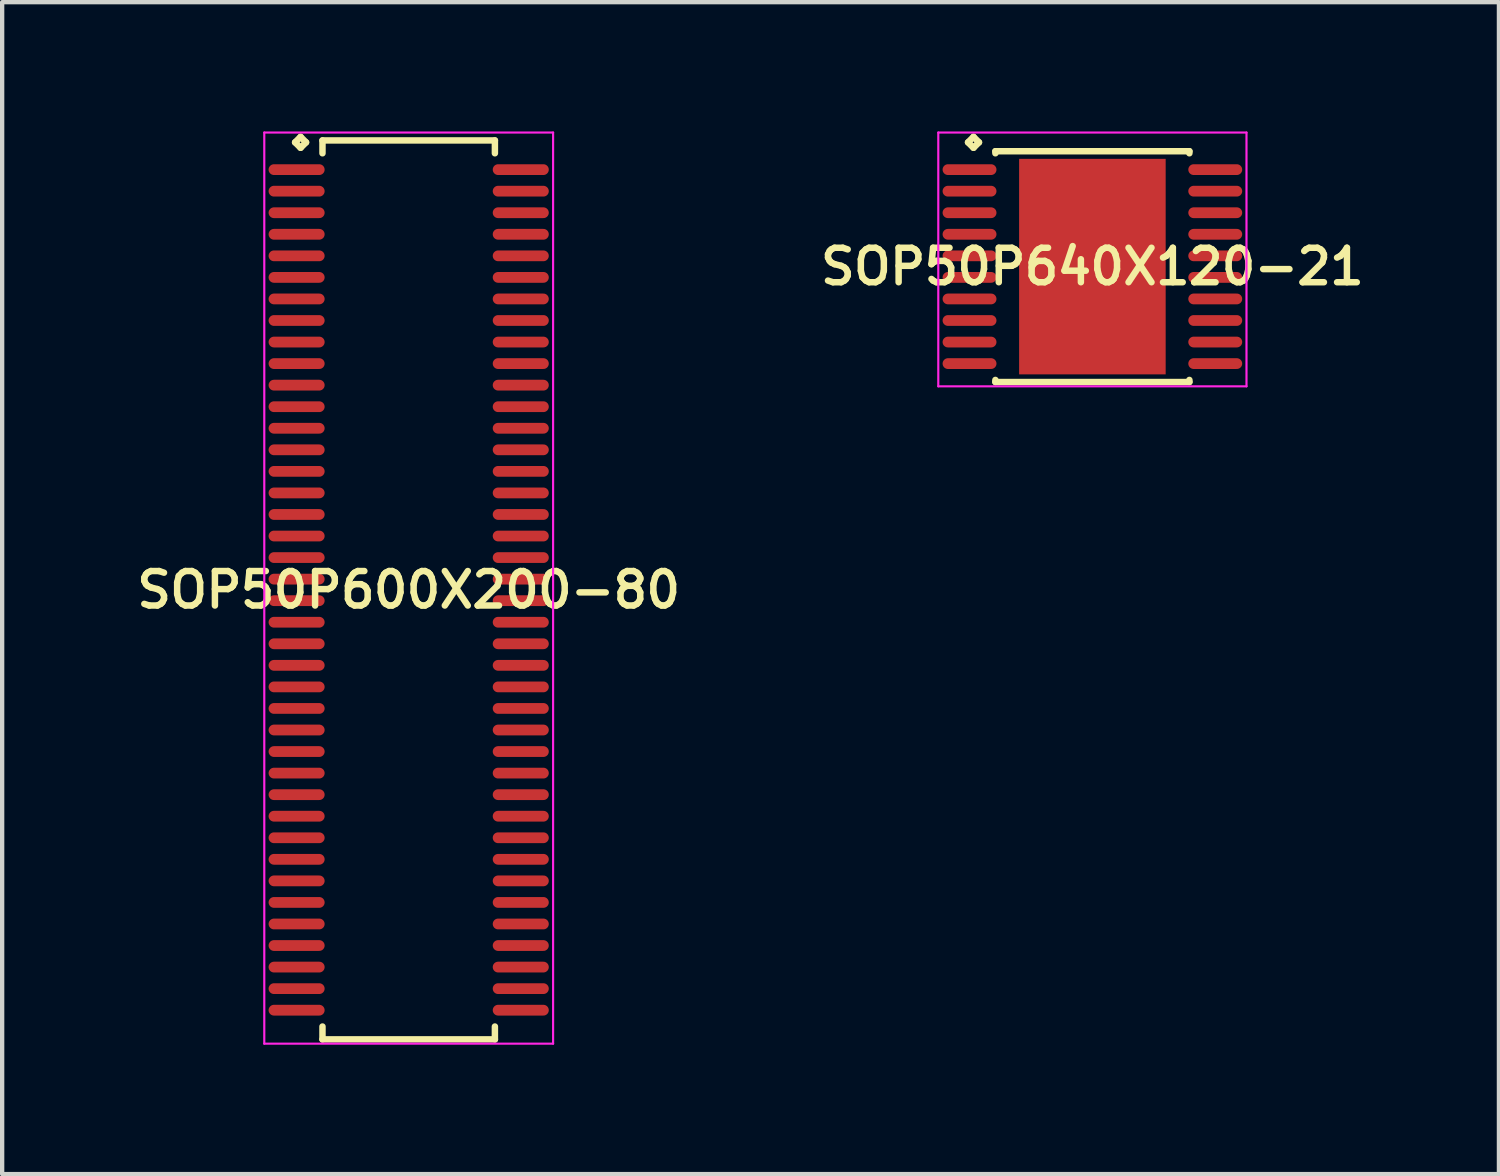
<source format=kicad_pcb>
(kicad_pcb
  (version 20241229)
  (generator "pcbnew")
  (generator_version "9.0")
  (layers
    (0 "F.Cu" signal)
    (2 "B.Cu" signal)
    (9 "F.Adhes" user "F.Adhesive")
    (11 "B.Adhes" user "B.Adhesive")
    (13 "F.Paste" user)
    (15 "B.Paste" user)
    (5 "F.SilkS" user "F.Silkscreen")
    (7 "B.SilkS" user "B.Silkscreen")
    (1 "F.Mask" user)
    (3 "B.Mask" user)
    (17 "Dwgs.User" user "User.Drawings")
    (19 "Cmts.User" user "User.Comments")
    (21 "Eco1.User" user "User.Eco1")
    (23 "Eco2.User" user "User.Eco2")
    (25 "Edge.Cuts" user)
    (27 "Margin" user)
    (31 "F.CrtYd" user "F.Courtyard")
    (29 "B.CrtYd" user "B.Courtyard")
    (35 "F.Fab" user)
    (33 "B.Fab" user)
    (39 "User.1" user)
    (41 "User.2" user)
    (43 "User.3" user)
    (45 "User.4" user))
  (footprint "SOP50P600X200-80"
    (layer "F.Cu")
    (at 6.431 10.635)
    (property "Reference" "SOP50P600X200-80" (at 0 0 0) (layer "F.SilkS") (effects (font (size 0.8 0.8) (thickness 0.15))))
    (attr smd)
    (fp_line (start -2.635 -10.383) (end -2.508 -10.51) (stroke (width 0.15) (type solid)) (layer "F.SilkS"))
    (fp_line (start -2.508 -10.51) (end -2.381 -10.383) (stroke (width 0.15) (type solid)) (layer "F.SilkS"))
    (fp_line (start -2.508 -10.256) (end -2.635 -10.383) (stroke (width 0.15) (type solid)) (layer "F.SilkS"))
    (fp_line (start -2.381 -10.383) (end -2.508 -10.256) (stroke (width 0.15) (type solid)) (layer "F.SilkS"))
    (fp_line (start -2 -10.427) (end 2 -10.427) (stroke (width 0.15) (type solid)) (layer "F.SilkS"))
    (fp_line (start -2 -10.129) (end -2 -10.427) (stroke (width 0.15) (type solid)) (layer "F.SilkS"))
    (fp_line (start -2 10.129) (end -2 10.427) (stroke (width 0.15) (type solid)) (layer "F.SilkS"))
    (fp_line (start -2 10.427) (end 2 10.427) (stroke (width 0.15) (type solid)) (layer "F.SilkS"))
    (fp_line (start 2 -10.427) (end 2 -10.129) (stroke (width 0.15) (type solid)) (layer "F.SilkS"))
    (fp_line (start 2 10.427) (end 2 10.129) (stroke (width 0.15) (type solid)) (layer "F.SilkS"))
    (fp_line (start -3.35 -10.61) (end 3.35 -10.61) (stroke (width 0.05) (type solid)) (layer "F.CrtYd"))
    (fp_line (start -3.35 10.527) (end -3.35 -10.61) (stroke (width 0.05) (type solid)) (layer "F.CrtYd"))
    (fp_line (start 3.35 -10.61) (end 3.35 10.527) (stroke (width 0.05) (type solid)) (layer "F.CrtYd"))
    (fp_line (start 3.35 10.527) (end -3.35 10.527) (stroke (width 0.05) (type solid)) (layer "F.CrtYd"))
    (pad "1" smd oval (at -2.6 -9.75) (size 1.3 0.25) (layers "F.Cu" "F.Mask" "F.Paste"))
    (pad "2" smd oval (at -2.6 -9.25) (size 1.3 0.25) (layers "F.Cu" "F.Mask" "F.Paste"))
    (pad "3" smd oval (at -2.6 -8.75) (size 1.3 0.25) (layers "F.Cu" "F.Mask" "F.Paste"))
    (pad "4" smd oval (at -2.6 -8.25) (size 1.3 0.25) (layers "F.Cu" "F.Mask" "F.Paste"))
    (pad "5" smd oval (at -2.6 -7.75) (size 1.3 0.25) (layers "F.Cu" "F.Mask" "F.Paste"))
    (pad "6" smd oval (at -2.6 -7.25) (size 1.3 0.25) (layers "F.Cu" "F.Mask" "F.Paste"))
    (pad "7" smd oval (at -2.6 -6.75) (size 1.3 0.25) (layers "F.Cu" "F.Mask" "F.Paste"))
    (pad "8" smd oval (at -2.6 -6.25) (size 1.3 0.25) (layers "F.Cu" "F.Mask" "F.Paste"))
    (pad "9" smd oval (at -2.6 -5.75) (size 1.3 0.25) (layers "F.Cu" "F.Mask" "F.Paste"))
    (pad "10" smd oval (at -2.6 -5.25) (size 1.3 0.25) (layers "F.Cu" "F.Mask" "F.Paste"))
    (pad "11" smd oval (at -2.6 -4.75) (size 1.3 0.25) (layers "F.Cu" "F.Mask" "F.Paste"))
    (pad "12" smd oval (at -2.6 -4.25) (size 1.3 0.25) (layers "F.Cu" "F.Mask" "F.Paste"))
    (pad "13" smd oval (at -2.6 -3.75) (size 1.3 0.25) (layers "F.Cu" "F.Mask" "F.Paste"))
    (pad "14" smd oval (at -2.6 -3.25) (size 1.3 0.25) (layers "F.Cu" "F.Mask" "F.Paste"))
    (pad "15" smd oval (at -2.6 -2.75) (size 1.3 0.25) (layers "F.Cu" "F.Mask" "F.Paste"))
    (pad "16" smd oval (at -2.6 -2.25) (size 1.3 0.25) (layers "F.Cu" "F.Mask" "F.Paste"))
    (pad "17" smd oval (at -2.6 -1.75) (size 1.3 0.25) (layers "F.Cu" "F.Mask" "F.Paste"))
    (pad "18" smd oval (at -2.6 -1.25) (size 1.3 0.25) (layers "F.Cu" "F.Mask" "F.Paste"))
    (pad "19" smd oval (at -2.6 -0.75) (size 1.3 0.25) (layers "F.Cu" "F.Mask" "F.Paste"))
    (pad "20" smd oval (at -2.6 -0.25) (size 1.3 0.25) (layers "F.Cu" "F.Mask" "F.Paste"))
    (pad "21" smd oval (at -2.6 0.25) (size 1.3 0.25) (layers "F.Cu" "F.Mask" "F.Paste"))
    (pad "22" smd oval (at -2.6 0.75) (size 1.3 0.25) (layers "F.Cu" "F.Mask" "F.Paste"))
    (pad "23" smd oval (at -2.6 1.25) (size 1.3 0.25) (layers "F.Cu" "F.Mask" "F.Paste"))
    (pad "24" smd oval (at -2.6 1.75) (size 1.3 0.25) (layers "F.Cu" "F.Mask" "F.Paste"))
    (pad "25" smd oval (at -2.6 2.25) (size 1.3 0.25) (layers "F.Cu" "F.Mask" "F.Paste"))
    (pad "26" smd oval (at -2.6 2.75) (size 1.3 0.25) (layers "F.Cu" "F.Mask" "F.Paste"))
    (pad "27" smd oval (at -2.6 3.25) (size 1.3 0.25) (layers "F.Cu" "F.Mask" "F.Paste"))
    (pad "28" smd oval (at -2.6 3.75) (size 1.3 0.25) (layers "F.Cu" "F.Mask" "F.Paste"))
    (pad "29" smd oval (at -2.6 4.25) (size 1.3 0.25) (layers "F.Cu" "F.Mask" "F.Paste"))
    (pad "30" smd oval (at -2.6 4.75) (size 1.3 0.25) (layers "F.Cu" "F.Mask" "F.Paste"))
    (pad "31" smd oval (at -2.6 5.25) (size 1.3 0.25) (layers "F.Cu" "F.Mask" "F.Paste"))
    (pad "32" smd oval (at -2.6 5.75) (size 1.3 0.25) (layers "F.Cu" "F.Mask" "F.Paste"))
    (pad "33" smd oval (at -2.6 6.25) (size 1.3 0.25) (layers "F.Cu" "F.Mask" "F.Paste"))
    (pad "34" smd oval (at -2.6 6.75) (size 1.3 0.25) (layers "F.Cu" "F.Mask" "F.Paste"))
    (pad "35" smd oval (at -2.6 7.25) (size 1.3 0.25) (layers "F.Cu" "F.Mask" "F.Paste"))
    (pad "36" smd oval (at -2.6 7.75) (size 1.3 0.25) (layers "F.Cu" "F.Mask" "F.Paste"))
    (pad "37" smd oval (at -2.6 8.25) (size 1.3 0.25) (layers "F.Cu" "F.Mask" "F.Paste"))
    (pad "38" smd oval (at -2.6 8.75) (size 1.3 0.25) (layers "F.Cu" "F.Mask" "F.Paste"))
    (pad "39" smd oval (at -2.6 9.25) (size 1.3 0.25) (layers "F.Cu" "F.Mask" "F.Paste"))
    (pad "40" smd oval (at -2.6 9.75) (size 1.3 0.25) (layers "F.Cu" "F.Mask" "F.Paste"))
    (pad "41" smd oval (at 2.6 9.75) (size 1.3 0.25) (layers "F.Cu" "F.Mask" "F.Paste"))
    (pad "42" smd oval (at 2.6 9.25) (size 1.3 0.25) (layers "F.Cu" "F.Mask" "F.Paste"))
    (pad "43" smd oval (at 2.6 8.75) (size 1.3 0.25) (layers "F.Cu" "F.Mask" "F.Paste"))
    (pad "44" smd oval (at 2.6 8.25) (size 1.3 0.25) (layers "F.Cu" "F.Mask" "F.Paste"))
    (pad "45" smd oval (at 2.6 7.75) (size 1.3 0.25) (layers "F.Cu" "F.Mask" "F.Paste"))
    (pad "46" smd oval (at 2.6 7.25) (size 1.3 0.25) (layers "F.Cu" "F.Mask" "F.Paste"))
    (pad "47" smd oval (at 2.6 6.75) (size 1.3 0.25) (layers "F.Cu" "F.Mask" "F.Paste"))
    (pad "48" smd oval (at 2.6 6.25) (size 1.3 0.25) (layers "F.Cu" "F.Mask" "F.Paste"))
    (pad "49" smd oval (at 2.6 5.75) (size 1.3 0.25) (layers "F.Cu" "F.Mask" "F.Paste"))
    (pad "50" smd oval (at 2.6 5.25) (size 1.3 0.25) (layers "F.Cu" "F.Mask" "F.Paste"))
    (pad "51" smd oval (at 2.6 4.75) (size 1.3 0.25) (layers "F.Cu" "F.Mask" "F.Paste"))
    (pad "52" smd oval (at 2.6 4.25) (size 1.3 0.25) (layers "F.Cu" "F.Mask" "F.Paste"))
    (pad "53" smd oval (at 2.6 3.75) (size 1.3 0.25) (layers "F.Cu" "F.Mask" "F.Paste"))
    (pad "54" smd oval (at 2.6 3.25) (size 1.3 0.25) (layers "F.Cu" "F.Mask" "F.Paste"))
    (pad "55" smd oval (at 2.6 2.75) (size 1.3 0.25) (layers "F.Cu" "F.Mask" "F.Paste"))
    (pad "56" smd oval (at 2.6 2.25) (size 1.3 0.25) (layers "F.Cu" "F.Mask" "F.Paste"))
    (pad "57" smd oval (at 2.6 1.75) (size 1.3 0.25) (layers "F.Cu" "F.Mask" "F.Paste"))
    (pad "58" smd oval (at 2.6 1.25) (size 1.3 0.25) (layers "F.Cu" "F.Mask" "F.Paste"))
    (pad "59" smd oval (at 2.6 0.75) (size 1.3 0.25) (layers "F.Cu" "F.Mask" "F.Paste"))
    (pad "60" smd oval (at 2.6 0.25) (size 1.3 0.25) (layers "F.Cu" "F.Mask" "F.Paste"))
    (pad "61" smd oval (at 2.6 -0.25) (size 1.3 0.25) (layers "F.Cu" "F.Mask" "F.Paste"))
    (pad "62" smd oval (at 2.6 -0.75) (size 1.3 0.25) (layers "F.Cu" "F.Mask" "F.Paste"))
    (pad "63" smd oval (at 2.6 -1.25) (size 1.3 0.25) (layers "F.Cu" "F.Mask" "F.Paste"))
    (pad "64" smd oval (at 2.6 -1.75) (size 1.3 0.25) (layers "F.Cu" "F.Mask" "F.Paste"))
    (pad "65" smd oval (at 2.6 -2.25) (size 1.3 0.25) (layers "F.Cu" "F.Mask" "F.Paste"))
    (pad "66" smd oval (at 2.6 -2.75) (size 1.3 0.25) (layers "F.Cu" "F.Mask" "F.Paste"))
    (pad "67" smd oval (at 2.6 -3.25) (size 1.3 0.25) (layers "F.Cu" "F.Mask" "F.Paste"))
    (pad "68" smd oval (at 2.6 -3.75) (size 1.3 0.25) (layers "F.Cu" "F.Mask" "F.Paste"))
    (pad "69" smd oval (at 2.6 -4.25) (size 1.3 0.25) (layers "F.Cu" "F.Mask" "F.Paste"))
    (pad "70" smd oval (at 2.6 -4.75) (size 1.3 0.25) (layers "F.Cu" "F.Mask" "F.Paste"))
    (pad "71" smd oval (at 2.6 -5.25) (size 1.3 0.25) (layers "F.Cu" "F.Mask" "F.Paste"))
    (pad "72" smd oval (at 2.6 -5.75) (size 1.3 0.25) (layers "F.Cu" "F.Mask" "F.Paste"))
    (pad "73" smd oval (at 2.6 -6.25) (size 1.3 0.25) (layers "F.Cu" "F.Mask" "F.Paste"))
    (pad "74" smd oval (at 2.6 -6.75) (size 1.3 0.25) (layers "F.Cu" "F.Mask" "F.Paste"))
    (pad "75" smd oval (at 2.6 -7.25) (size 1.3 0.25) (layers "F.Cu" "F.Mask" "F.Paste"))
    (pad "76" smd oval (at 2.6 -7.75) (size 1.3 0.25) (layers "F.Cu" "F.Mask" "F.Paste"))
    (pad "77" smd oval (at 2.6 -8.25) (size 1.3 0.25) (layers "F.Cu" "F.Mask" "F.Paste"))
    (pad "78" smd oval (at 2.6 -8.75) (size 1.3 0.25) (layers "F.Cu" "F.Mask" "F.Paste"))
    (pad "79" smd oval (at 2.6 -9.25) (size 1.3 0.25) (layers "F.Cu" "F.Mask" "F.Paste"))
    (pad "80" smd oval (at 2.6 -9.75) (size 1.3 0.25) (layers "F.Cu" "F.Mask" "F.Paste")))
  (footprint "SOP50P640X120-21"
    (layer "F.Cu")
    (at 22.292 3.135)
    (property "Reference" "SOP50P640X120-21" (at 0 0 0) (layer "F.SilkS") (effects (font (size 0.8 0.8) (thickness 0.15))))
    (attr smd)
    (fp_line (start -2.885 -2.883) (end -2.758 -3.01) (stroke (width 0.15) (type solid)) (layer "F.SilkS"))
    (fp_line (start -2.758 -3.01) (end -2.631 -2.883) (stroke (width 0.15) (type solid)) (layer "F.SilkS"))
    (fp_line (start -2.758 -2.756) (end -2.885 -2.883) (stroke (width 0.15) (type solid)) (layer "F.SilkS"))
    (fp_line (start -2.631 -2.883) (end -2.758 -2.756) (stroke (width 0.15) (type solid)) (layer "F.SilkS"))
    (fp_line (start -2.25 -2.677) (end 2.25 -2.677) (stroke (width 0.15) (type solid)) (layer "F.SilkS"))
    (fp_line (start -2.25 -2.629) (end -2.25 -2.677) (stroke (width 0.15) (type solid)) (layer "F.SilkS"))
    (fp_line (start -2.25 2.629) (end -2.25 2.677) (stroke (width 0.15) (type solid)) (layer "F.SilkS"))
    (fp_line (start -2.25 2.677) (end 2.25 2.677) (stroke (width 0.15) (type solid)) (layer "F.SilkS"))
    (fp_line (start 2.25 -2.677) (end 2.25 -2.629) (stroke (width 0.15) (type solid)) (layer "F.SilkS"))
    (fp_line (start 2.25 2.677) (end 2.25 2.629) (stroke (width 0.15) (type solid)) (layer "F.SilkS"))
    (fp_line (start -3.575 -3.11) (end 3.575 -3.11) (stroke (width 0.05) (type solid)) (layer "F.CrtYd"))
    (fp_line (start -3.575 2.777) (end -3.575 -3.11) (stroke (width 0.05) (type solid)) (layer "F.CrtYd"))
    (fp_line (start 3.575 -3.11) (end 3.575 2.777) (stroke (width 0.05) (type solid)) (layer "F.CrtYd"))
    (fp_line (start 3.575 2.777) (end -3.575 2.777) (stroke (width 0.05) (type solid)) (layer "F.CrtYd"))
    (pad "1" smd oval (at -2.85 -2.25) (size 1.25 0.25) (layers "F.Cu" "F.Mask" "F.Paste"))
    (pad "2" smd oval (at -2.85 -1.75) (size 1.25 0.25) (layers "F.Cu" "F.Mask" "F.Paste"))
    (pad "3" smd oval (at -2.85 -1.25) (size 1.25 0.25) (layers "F.Cu" "F.Mask" "F.Paste"))
    (pad "4" smd oval (at -2.85 -0.75) (size 1.25 0.25) (layers "F.Cu" "F.Mask" "F.Paste"))
    (pad "5" smd oval (at -2.85 -0.25) (size 1.25 0.25) (layers "F.Cu" "F.Mask" "F.Paste"))
    (pad "6" smd oval (at -2.85 0.25) (size 1.25 0.25) (layers "F.Cu" "F.Mask" "F.Paste"))
    (pad "7" smd oval (at -2.85 0.75) (size 1.25 0.25) (layers "F.Cu" "F.Mask" "F.Paste"))
    (pad "8" smd oval (at -2.85 1.25) (size 1.25 0.25) (layers "F.Cu" "F.Mask" "F.Paste"))
    (pad "9" smd oval (at -2.85 1.75) (size 1.25 0.25) (layers "F.Cu" "F.Mask" "F.Paste"))
    (pad "10" smd oval (at -2.85 2.25) (size 1.25 0.25) (layers "F.Cu" "F.Mask" "F.Paste"))
    (pad "11" smd oval (at 2.85 2.25) (size 1.25 0.25) (layers "F.Cu" "F.Mask" "F.Paste"))
    (pad "12" smd oval (at 2.85 1.75) (size 1.25 0.25) (layers "F.Cu" "F.Mask" "F.Paste"))
    (pad "13" smd oval (at 2.85 1.25) (size 1.25 0.25) (layers "F.Cu" "F.Mask" "F.Paste"))
    (pad "14" smd oval (at 2.85 0.75) (size 1.25 0.25) (layers "F.Cu" "F.Mask" "F.Paste"))
    (pad "15" smd oval (at 2.85 0.25) (size 1.25 0.25) (layers "F.Cu" "F.Mask" "F.Paste"))
    (pad "16" smd oval (at 2.85 -0.25) (size 1.25 0.25) (layers "F.Cu" "F.Mask" "F.Paste"))
    (pad "17" smd oval (at 2.85 -0.75) (size 1.25 0.25) (layers "F.Cu" "F.Mask" "F.Paste"))
    (pad "18" smd oval (at 2.85 -1.25) (size 1.25 0.25) (layers "F.Cu" "F.Mask" "F.Paste"))
    (pad "19" smd oval (at 2.85 -1.75) (size 1.25 0.25) (layers "F.Cu" "F.Mask" "F.Paste"))
    (pad "20" smd oval (at 2.85 -2.25) (size 1.25 0.25) (layers "F.Cu" "F.Mask" "F.Paste"))
    (pad "21" smd rect (at 0 0) (size 3.4 5) (layers "F.Cu" "F.Mask" "F.Paste")))
  (gr_rect
    (start -3 -3)
    (end 31.723 24.187)
    (stroke (width 0.1) (type default))
    (fill no)
    (layer "Edge.Cuts")))
</source>
